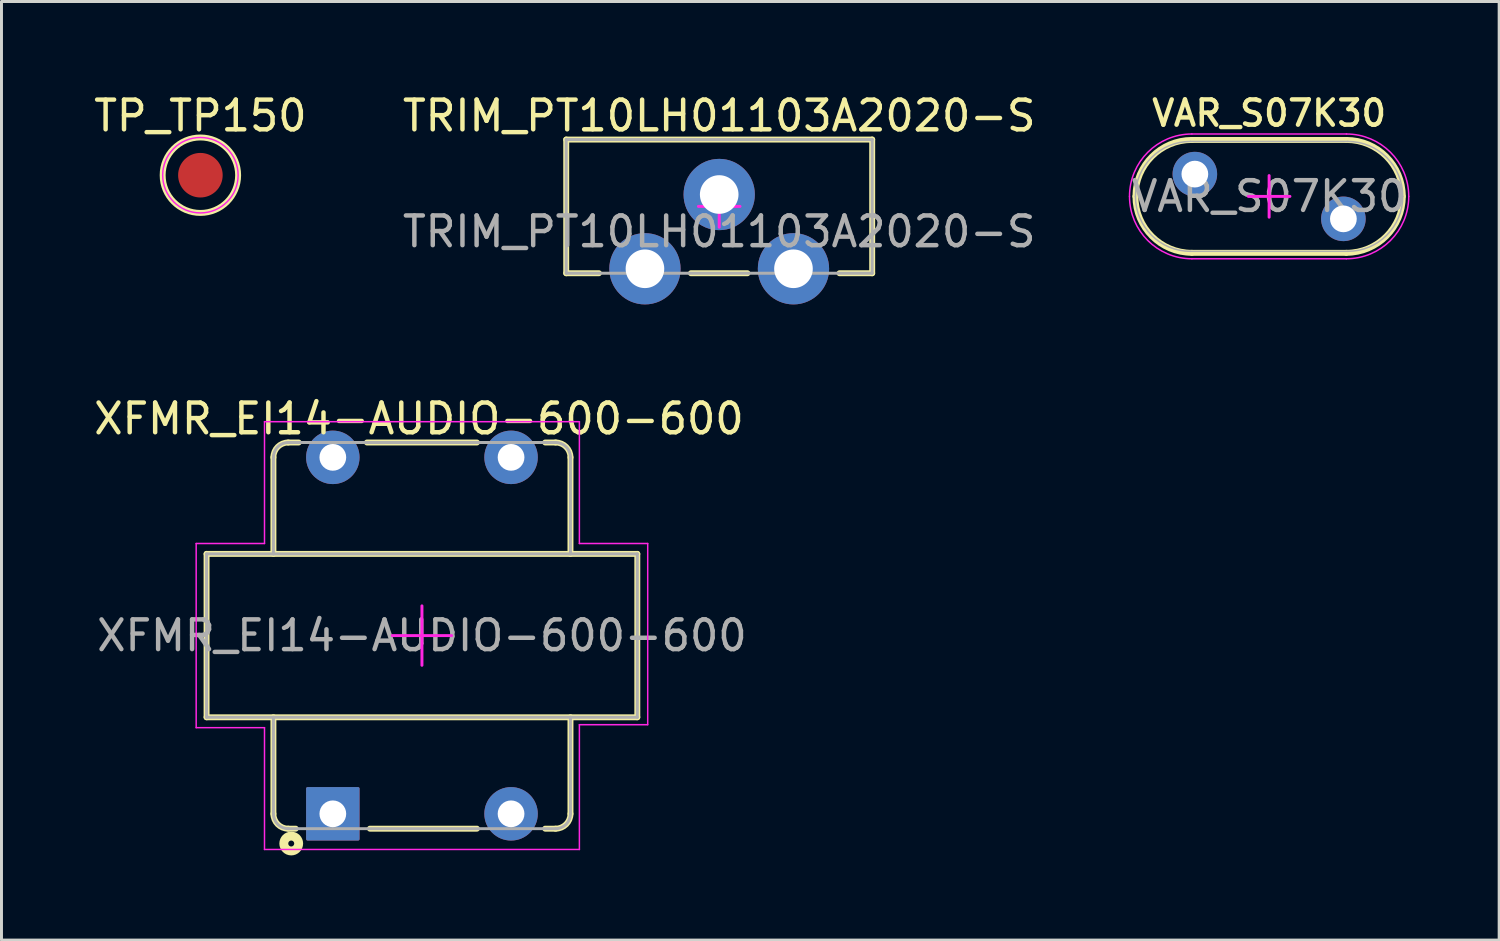
<source format=kicad_pcb>
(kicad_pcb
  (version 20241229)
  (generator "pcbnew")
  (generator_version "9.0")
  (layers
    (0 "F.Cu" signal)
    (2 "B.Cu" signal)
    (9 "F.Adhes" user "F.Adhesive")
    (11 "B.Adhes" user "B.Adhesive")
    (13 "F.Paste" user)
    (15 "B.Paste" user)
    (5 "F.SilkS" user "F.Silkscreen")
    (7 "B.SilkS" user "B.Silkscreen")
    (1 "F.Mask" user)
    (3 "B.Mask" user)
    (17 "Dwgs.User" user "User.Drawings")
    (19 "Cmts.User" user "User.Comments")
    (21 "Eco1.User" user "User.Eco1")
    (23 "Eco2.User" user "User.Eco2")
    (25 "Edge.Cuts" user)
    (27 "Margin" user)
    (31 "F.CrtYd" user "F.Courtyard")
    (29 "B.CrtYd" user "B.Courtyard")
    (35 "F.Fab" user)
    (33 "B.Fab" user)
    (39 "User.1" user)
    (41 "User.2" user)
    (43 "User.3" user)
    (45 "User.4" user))
  (footprint "TP_TP150"
    (layer "F.Cu")
    (at 3.696 2.848)
    (property "Reference" "TP_TP150" (at 0 -2 0) (layer "F.SilkS") (effects (font (size 1 1) (thickness 0.15))))
    (attr through_hole)
    (fp_circle (center 0 0) (end 1.27 0) (stroke (width 0.2) (type solid)) (fill no) (layer "F.SilkS"))
    (fp_circle (center 0 0) (end 1.27 0) (stroke (width 0.05) (type solid)) (fill no) (layer "F.CrtYd"))
    (pad "1" smd circle (at 0 0) (size 1.5 1.5) (layers "F.Cu" "F.Mask")))
  (footprint "XFMR_EI14-AUDIO-600-600"
    (layer "F.Cu")
    (at 11.154 18.346)
    (property "Reference" "XFMR_EI14-AUDIO-600-600" (at -0.1 -7.3 0) (layer "F.SilkS") (effects (font (size 1 1) (thickness 0.15))))
    (attr through_hole)
    (fp_line (start -7.25 -2.75) (end -7.25 2.75) (stroke (width 0.2) (type solid)) (layer "F.SilkS"))
    (fp_line (start -7.25 2.75) (end 7.25 2.75) (stroke (width 0.2) (type solid)) (layer "F.SilkS"))
    (fp_line (start -5 -2.75) (end -5 -6) (stroke (width 0.2) (type solid)) (layer "F.SilkS"))
    (fp_line (start -5 2.75) (end -5 6) (stroke (width 0.2) (type solid)) (layer "F.SilkS"))
    (fp_line (start -4.25 6.5) (end -4.5 6.5) (stroke (width 0.2) (type solid)) (layer "F.SilkS"))
    (fp_line (start -4.15 -6.5) (end -4.5 -6.5) (stroke (width 0.2) (type solid)) (layer "F.SilkS"))
    (fp_line (start -1.75 6.5) (end 1.85 6.5) (stroke (width 0.2) (type solid)) (layer "F.SilkS"))
    (fp_line (start 1.85 -6.5) (end -1.85 -6.5) (stroke (width 0.2) (type solid)) (layer "F.SilkS"))
    (fp_line (start 4.15 -6.5) (end 4.5 -6.5) (stroke (width 0.2) (type solid)) (layer "F.SilkS"))
    (fp_line (start 4.15 6.5) (end 4.5 6.5) (stroke (width 0.2) (type solid)) (layer "F.SilkS"))
    (fp_line (start 5 -2.75) (end 5 -6) (stroke (width 0.2) (type solid)) (layer "F.SilkS"))
    (fp_line (start 5 2.75) (end 5 6) (stroke (width 0.2) (type solid)) (layer "F.SilkS"))
    (fp_line (start 7.25 -2.75) (end -7.25 -2.75) (stroke (width 0.2) (type solid)) (layer "F.SilkS"))
    (fp_line (start 7.25 2.75) (end 7.25 -2.75) (stroke (width 0.2) (type solid)) (layer "F.SilkS"))
    (fp_arc (start -5 -6) (mid -4.853553 -6.353553) (end -4.5 -6.5) (stroke (width 0.2) (type solid)) (layer "F.SilkS"))
    (fp_arc (start -4.5 6.5) (mid -4.853553 6.353553) (end -5 6) (stroke (width 0.2) (type solid)) (layer "F.SilkS"))
    (fp_arc (start 4.5 -6.5) (mid 4.853553 -6.353553) (end 5 -6) (stroke (width 0.2) (type solid)) (layer "F.SilkS"))
    (fp_arc (start 5 6) (mid 4.853553 6.353553) (end 4.5 6.5) (stroke (width 0.2) (type solid)) (layer "F.SilkS"))
    (fp_circle (center -4.4 7) (end -4.3 7) (stroke (width 0.3) (type solid)) (fill no) (layer "F.SilkS"))
    (fp_line (start -7.6 -3.1) (end -5.3 -3.1) (stroke (width 0.05) (type solid)) (layer "F.CrtYd"))
    (fp_line (start -7.6 3.1) (end -7.6 -3.1) (stroke (width 0.05) (type solid)) (layer "F.CrtYd"))
    (fp_line (start -5.3 -7.2) (end 5.3 -7.2) (stroke (width 0.05) (type solid)) (layer "F.CrtYd"))
    (fp_line (start -5.3 -3.1) (end -5.3 -7.2) (stroke (width 0.05) (type solid)) (layer "F.CrtYd"))
    (fp_line (start -5.3 3.1) (end -7.6 3.1) (stroke (width 0.05) (type solid)) (layer "F.CrtYd"))
    (fp_line (start -5.3 7.2) (end -5.3 3.1) (stroke (width 0.05) (type solid)) (layer "F.CrtYd"))
    (fp_line (start -1 0) (end 1 0) (stroke (width 0.1) (type solid)) (layer "F.CrtYd"))
    (fp_line (start 0 -1) (end 0 1) (stroke (width 0.1) (type solid)) (layer "F.CrtYd"))
    (fp_line (start 5.3 -7.2) (end 5.3 -3.1) (stroke (width 0.05) (type solid)) (layer "F.CrtYd"))
    (fp_line (start 5.3 -3.1) (end 7.6 -3.1) (stroke (width 0.05) (type solid)) (layer "F.CrtYd"))
    (fp_line (start 5.3 3) (end 5.3 7.2) (stroke (width 0.05) (type solid)) (layer "F.CrtYd"))
    (fp_line (start 5.3 7.2) (end -5.3 7.2) (stroke (width 0.05) (type solid)) (layer "F.CrtYd"))
    (fp_line (start 7.6 -3.1) (end 7.6 3) (stroke (width 0.05) (type solid)) (layer "F.CrtYd"))
    (fp_line (start 7.6 3) (end 5.3 3) (stroke (width 0.05) (type solid)) (layer "F.CrtYd"))
    (fp_line (start -7.25 -2.75) (end -7.25 2.75) (stroke (width 0.1) (type solid)) (layer "F.Fab"))
    (fp_line (start -7.25 -2.75) (end 7.25 -2.75) (stroke (width 0.1) (type solid)) (layer "F.Fab"))
    (fp_line (start -7.25 2.75) (end 7.25 2.75) (stroke (width 0.1) (type solid)) (layer "F.Fab"))
    (fp_line (start -5 -6) (end -5 -2.75) (stroke (width 0.1) (type solid)) (layer "F.Fab"))
    (fp_line (start -5 6) (end -5 2.75) (stroke (width 0.1) (type solid)) (layer "F.Fab"))
    (fp_line (start -4.5 -6.5) (end 4.5 -6.5) (stroke (width 0.1) (type solid)) (layer "F.Fab"))
    (fp_line (start 4.5 6.5) (end -4.5 6.5) (stroke (width 0.1) (type solid)) (layer "F.Fab"))
    (fp_line (start 5 -6) (end 5 -2.75) (stroke (width 0.1) (type solid)) (layer "F.Fab"))
    (fp_line (start 5 6) (end 5 2.75) (stroke (width 0.1) (type solid)) (layer "F.Fab"))
    (fp_line (start 7.25 2.75) (end 7.25 -2.75) (stroke (width 0.1) (type solid)) (layer "F.Fab"))
    (fp_arc (start -5 -6) (mid -4.853553 -6.353553) (end -4.5 -6.5) (stroke (width 0.1) (type solid)) (layer "F.Fab"))
    (fp_arc (start -4.5 6.5) (mid -4.853553 6.353553) (end -5 6) (stroke (width 0.1) (type solid)) (layer "F.Fab"))
    (fp_arc (start 4.5 -6.5) (mid 4.853553 -6.353553) (end 5 -6) (stroke (width 0.1) (type solid)) (layer "F.Fab"))
    (fp_arc (start 5 6) (mid 4.853553 6.353553) (end 4.5 6.5) (stroke (width 0.1) (type solid)) (layer "F.Fab"))
    (fp_text user "${REFERENCE}" (at 0 0 0) (layer "F.Fab") (effects (font (size 1 1) (thickness 0.15))))
    (pad "1" thru_hole roundrect (at -3 6) (size 1.8 1.8) (drill 0.9) (layers "*.Cu" "*.Mask") (roundrect_rratio 0.028))
    (pad "3" thru_hole circle (at 3 6) (size 1.8 1.8) (drill 0.9) (layers "*.Cu" "*.Mask"))
    (pad "4" thru_hole circle (at 3 -6) (size 1.8 1.8) (drill 0.9) (layers "*.Cu" "*.Mask"))
    (pad "6" thru_hole circle (at -3 -6) (size 1.8 1.8) (drill 0.9) (layers "*.Cu" "*.Mask")))
  (footprint "TRIM_PT10LH01103A2020-S"
    (layer "F.Cu")
    (at 21.161 3.898)
    (property "Reference" "TRIM_PT10LH01103A2020-S" (at 0 -3.05 0) (layer "F.SilkS") (effects (font (size 1 1) (thickness 0.15))))
    (attr through_hole)
    (fp_line (start -5.15 -2.25) (end -5.15 2.25) (stroke (width 0.2) (type solid)) (layer "F.SilkS"))
    (fp_line (start -5.15 2.25) (end -4.05 2.25) (stroke (width 0.2) (type solid)) (layer "F.SilkS"))
    (fp_line (start -0.95 2.25) (end 0.95 2.25) (stroke (width 0.2) (type solid)) (layer "F.SilkS"))
    (fp_line (start 5.15 -2.25) (end -5.15 -2.25) (stroke (width 0.2) (type solid)) (layer "F.SilkS"))
    (fp_line (start 5.15 -2.25) (end 5.15 2.25) (stroke (width 0.2) (type solid)) (layer "F.SilkS"))
    (fp_line (start 5.15 2.25) (end 4.05 2.25) (stroke (width 0.2) (type solid)) (layer "F.SilkS"))
    (fp_line (start -0.7 0) (end 0.7 0) (stroke (width 0.1) (type solid)) (layer "F.CrtYd"))
    (fp_line (start 0 -0.7) (end 0 0.7) (stroke (width 0.1) (type solid)) (layer "F.CrtYd"))
    (fp_line (start -5.15 -2.25) (end 5.15 -2.25) (stroke (width 0.1) (type solid)) (layer "F.Fab"))
    (fp_line (start -5.15 2.25) (end -5.15 -2.25) (stroke (width 0.1) (type solid)) (layer "F.Fab"))
    (fp_line (start 5.15 -2.25) (end 5.15 2.25) (stroke (width 0.1) (type solid)) (layer "F.Fab"))
    (fp_line (start 5.15 2.25) (end -5.15 2.25) (stroke (width 0.1) (type solid)) (layer "F.Fab"))
    (fp_text user "${REFERENCE}" (at 0 0.85 0) (layer "F.Fab") (effects (font (size 1 1) (thickness 0.15))))
    (pad "1" thru_hole circle (at -2.5 2.1) (size 2.4 2.4) (drill 1.3) (layers "*.Cu" "*.Mask"))
    (pad "2" thru_hole circle (at 0 -0.4) (size 2.4 2.4) (drill 1.3) (layers "*.Cu" "*.Mask"))
    (pad "3" thru_hole circle (at 2.5 2.1) (size 2.4 2.4) (drill 1.3) (layers "*.Cu" "*.Mask")))
  (footprint "VAR_S07K30"
    (layer "F.Cu")
    (at 39.673 3.561)
    (property "Reference" "VAR_S07K30" (at 0 -2.8 180) (layer "F.SilkS") (effects (font (size 0.85 0.85) (thickness 0.15))))
    (attr through_hole)
    (fp_line (start -2.6 -1.9) (end 2.6 -1.9) (stroke (width 0.2) (type solid)) (layer "F.SilkS"))
    (fp_line (start 2.6 1.9) (end -2.6 1.9) (stroke (width 0.2) (type solid)) (layer "F.SilkS"))
    (fp_arc (start -4.5 0) (mid -3.943503 -1.343503) (end -2.6 -1.9) (stroke (width 0.2) (type solid)) (layer "F.SilkS"))
    (fp_arc (start -2.6 1.9) (mid -3.943503 1.343503) (end -4.5 0) (stroke (width 0.2) (type solid)) (layer "F.SilkS"))
    (fp_arc (start 2.6 -1.9) (mid 3.943503 -1.343503) (end 4.5 0) (stroke (width 0.2) (type solid)) (layer "F.SilkS"))
    (fp_arc (start 4.5 0) (mid 3.943503 1.343503) (end 2.6 1.9) (stroke (width 0.2) (type solid)) (layer "F.SilkS"))
    (fp_line (start -2.6 -2.1) (end 2.6 -2.1) (stroke (width 0.05) (type solid)) (layer "F.CrtYd"))
    (fp_line (start 0 -0.7) (end 0 0.7) (stroke (width 0.1) (type solid)) (layer "F.CrtYd"))
    (fp_line (start 0.7 0) (end -0.7 0) (stroke (width 0.1) (type solid)) (layer "F.CrtYd"))
    (fp_line (start 2.6 2.1) (end -2.6 2.1) (stroke (width 0.05) (type solid)) (layer "F.CrtYd"))
    (fp_arc (start -4.7 0) (mid -4.084924 -1.484924) (end -2.6 -2.1) (stroke (width 0.05) (type solid)) (layer "F.CrtYd"))
    (fp_arc (start -2.6 2.1) (mid -4.084924 1.484924) (end -4.7 0) (stroke (width 0.05) (type solid)) (layer "F.CrtYd"))
    (fp_arc (start 2.6 -2.1) (mid 4.084924 -1.484924) (end 4.7 0) (stroke (width 0.05) (type solid)) (layer "F.CrtYd"))
    (fp_arc (start 4.7 0) (mid 4.084924 1.484924) (end 2.6 2.1) (stroke (width 0.05) (type solid)) (layer "F.CrtYd"))
    (fp_line (start -2.65 -1.85) (end 2.65 -1.85) (stroke (width 0.05) (type solid)) (layer "F.Fab"))
    (fp_line (start 2.65 1.85) (end -2.65 1.85) (stroke (width 0.05) (type solid)) (layer "F.Fab"))
    (fp_arc (start -4.5 0) (mid -3.959289 -1.307005) (end -2.653229 -1.849997) (stroke (width 0.05) (type solid)) (layer "F.Fab"))
    (fp_arc (start -2.65 1.85) (mid -3.958148 1.308148) (end -4.5 0) (stroke (width 0.05) (type solid)) (layer "F.Fab"))
    (fp_arc (start 2.65 -1.85) (mid 3.958148 -1.308148) (end 4.5 0) (stroke (width 0.05) (type solid)) (layer "F.Fab"))
    (fp_arc (start 4.5 0) (mid 3.958148 1.308148) (end 2.65 1.85) (stroke (width 0.05) (type solid)) (layer "F.Fab"))
    (fp_circle (center -2.5 -0.75) (end -2.2 -0.75) (stroke (width 0.05) (type solid)) (fill no) (layer "F.Fab"))
    (fp_circle (center 2.5 0.75) (end 2.8 0.75) (stroke (width 0.05) (type solid)) (fill no) (layer "F.Fab"))
    (fp_text user "${REFERENCE}" (at 0 0 0) (layer "F.Fab") (effects (font (size 1 1) (thickness 0.15))))
    (pad "1" thru_hole circle (at -2.5 -0.75) (size 1.5 1.5) (drill 0.9) (layers "*.Cu" "*.Mask"))
    (pad "2" thru_hole circle (at 2.5 0.756) (size 1.5 1.5) (drill 0.9) (layers "*.Cu" "*.Mask")))
  (gr_rect
    (start -3 -3)
    (end 47.417 28.596)
    (stroke (width 0.1) (type default))
    (fill no)
    (layer "Edge.Cuts")))
</source>
